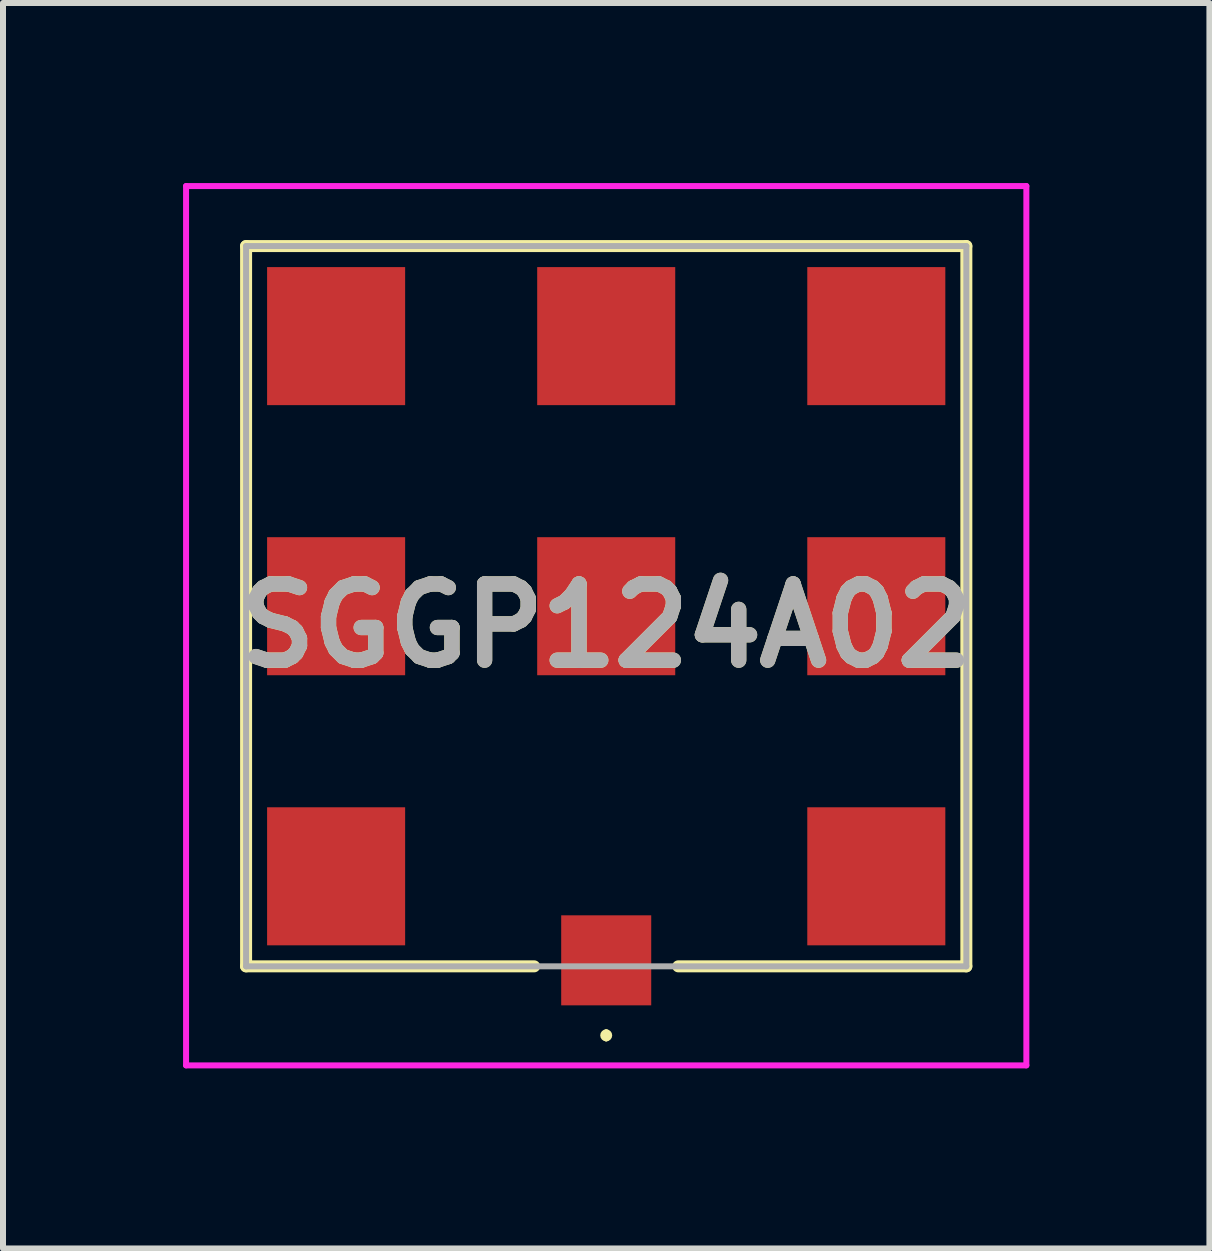
<source format=kicad_pcb>
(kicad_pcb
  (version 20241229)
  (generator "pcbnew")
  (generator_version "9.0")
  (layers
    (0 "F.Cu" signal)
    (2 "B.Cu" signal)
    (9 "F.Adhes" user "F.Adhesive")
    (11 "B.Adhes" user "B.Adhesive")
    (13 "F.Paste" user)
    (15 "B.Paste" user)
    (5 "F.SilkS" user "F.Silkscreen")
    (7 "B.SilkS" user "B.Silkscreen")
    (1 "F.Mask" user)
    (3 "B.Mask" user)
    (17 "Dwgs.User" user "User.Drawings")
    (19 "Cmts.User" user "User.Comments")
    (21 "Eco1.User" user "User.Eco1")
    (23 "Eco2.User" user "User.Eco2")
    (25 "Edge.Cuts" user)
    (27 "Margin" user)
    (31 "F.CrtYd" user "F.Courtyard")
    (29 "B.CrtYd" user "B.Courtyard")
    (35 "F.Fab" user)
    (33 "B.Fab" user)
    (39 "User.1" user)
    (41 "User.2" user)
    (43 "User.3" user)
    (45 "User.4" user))
  (footprint "SGGP124A02"
    (layer "F.Cu")
    (at 7.05 7.05)
    (property "Reference" "SGGP124A02" (at 0 0.325 0) (layer "F.SilkS") (effects (font (size 1.27 1.27) (thickness 0.254))))
    (attr smd)
    (fp_line (start -6 -6) (end 6 -6) (stroke (width 0.2) (type solid)) (layer "F.SilkS"))
    (fp_line (start -6 6) (end -6 -6) (stroke (width 0.2) (type solid)) (layer "F.SilkS"))
    (fp_line (start -1.2 6) (end -6 6) (stroke (width 0.2) (type solid)) (layer "F.SilkS"))
    (fp_line (start 0 7.1) (end 0 7.1) (stroke (width 0.1) (type solid)) (layer "F.SilkS"))
    (fp_line (start 0 7.2) (end 0 7.2) (stroke (width 0.1) (type solid)) (layer "F.SilkS"))
    (fp_line (start 6 -6) (end 6 6) (stroke (width 0.2) (type solid)) (layer "F.SilkS"))
    (fp_line (start 6 6) (end 1.2 6) (stroke (width 0.2) (type solid)) (layer "F.SilkS"))
    (fp_arc (start 0 7.1) (mid 0.05 7.15) (end 0 7.2) (stroke (width 0.1) (type solid)) (layer "F.SilkS"))
    (fp_arc (start 0 7.2) (mid -0.05 7.15) (end 0 7.1) (stroke (width 0.1) (type solid)) (layer "F.SilkS"))
    (fp_line (start -7 -7) (end 7 -7) (stroke (width 0.1) (type solid)) (layer "F.CrtYd"))
    (fp_line (start -7 7.65) (end -7 -7) (stroke (width 0.1) (type solid)) (layer "F.CrtYd"))
    (fp_line (start 7 -7) (end 7 7.65) (stroke (width 0.1) (type solid)) (layer "F.CrtYd"))
    (fp_line (start 7 7.65) (end -7 7.65) (stroke (width 0.1) (type solid)) (layer "F.CrtYd"))
    (fp_line (start -6 -6) (end 6 -6) (stroke (width 0.1) (type solid)) (layer "F.Fab"))
    (fp_line (start -6 6) (end -6 -6) (stroke (width 0.1) (type solid)) (layer "F.Fab"))
    (fp_line (start 6 -6) (end 6 6) (stroke (width 0.1) (type solid)) (layer "F.Fab"))
    (fp_line (start 6 6) (end -6 6) (stroke (width 0.1) (type solid)) (layer "F.Fab"))
    (fp_text user "${REFERENCE}" (at 0 0.325 0) (layer "F.Fab") (effects (font (size 1.27 1.27) (thickness 0.254))))
    (pad "1" smd rect (at 0 5.9 90) (size 1.5 1.5) (layers "F.Cu" "F.Mask" "F.Paste"))
    (pad "2" smd rect (at -4.5 4.5 90) (size 2.3 2.3) (layers "F.Cu" "F.Mask" "F.Paste"))
    (pad "3" smd rect (at 4.5 4.5 90) (size 2.3 2.3) (layers "F.Cu" "F.Mask" "F.Paste"))
    (pad "4" smd rect (at -4.5 0 90) (size 2.3 2.3) (layers "F.Cu" "F.Mask" "F.Paste"))
    (pad "5" smd rect (at 0 0 90) (size 2.3 2.3) (layers "F.Cu" "F.Mask" "F.Paste"))
    (pad "6" smd rect (at 4.5 0 90) (size 2.3 2.3) (layers "F.Cu" "F.Mask" "F.Paste"))
    (pad "7" smd rect (at -4.5 -4.5 90) (size 2.3 2.3) (layers "F.Cu" "F.Mask" "F.Paste"))
    (pad "8" smd rect (at 0 -4.5 90) (size 2.3 2.3) (layers "F.Cu" "F.Mask" "F.Paste"))
    (pad "9" smd rect (at 4.5 -4.5 90) (size 2.3 2.3) (layers "F.Cu" "F.Mask" "F.Paste")))
  (gr_rect
    (start -3 -3)
    (end 17.1 17.75)
    (stroke (width 0.1) (type default))
    (fill no)
    (layer "Edge.Cuts")))
</source>
